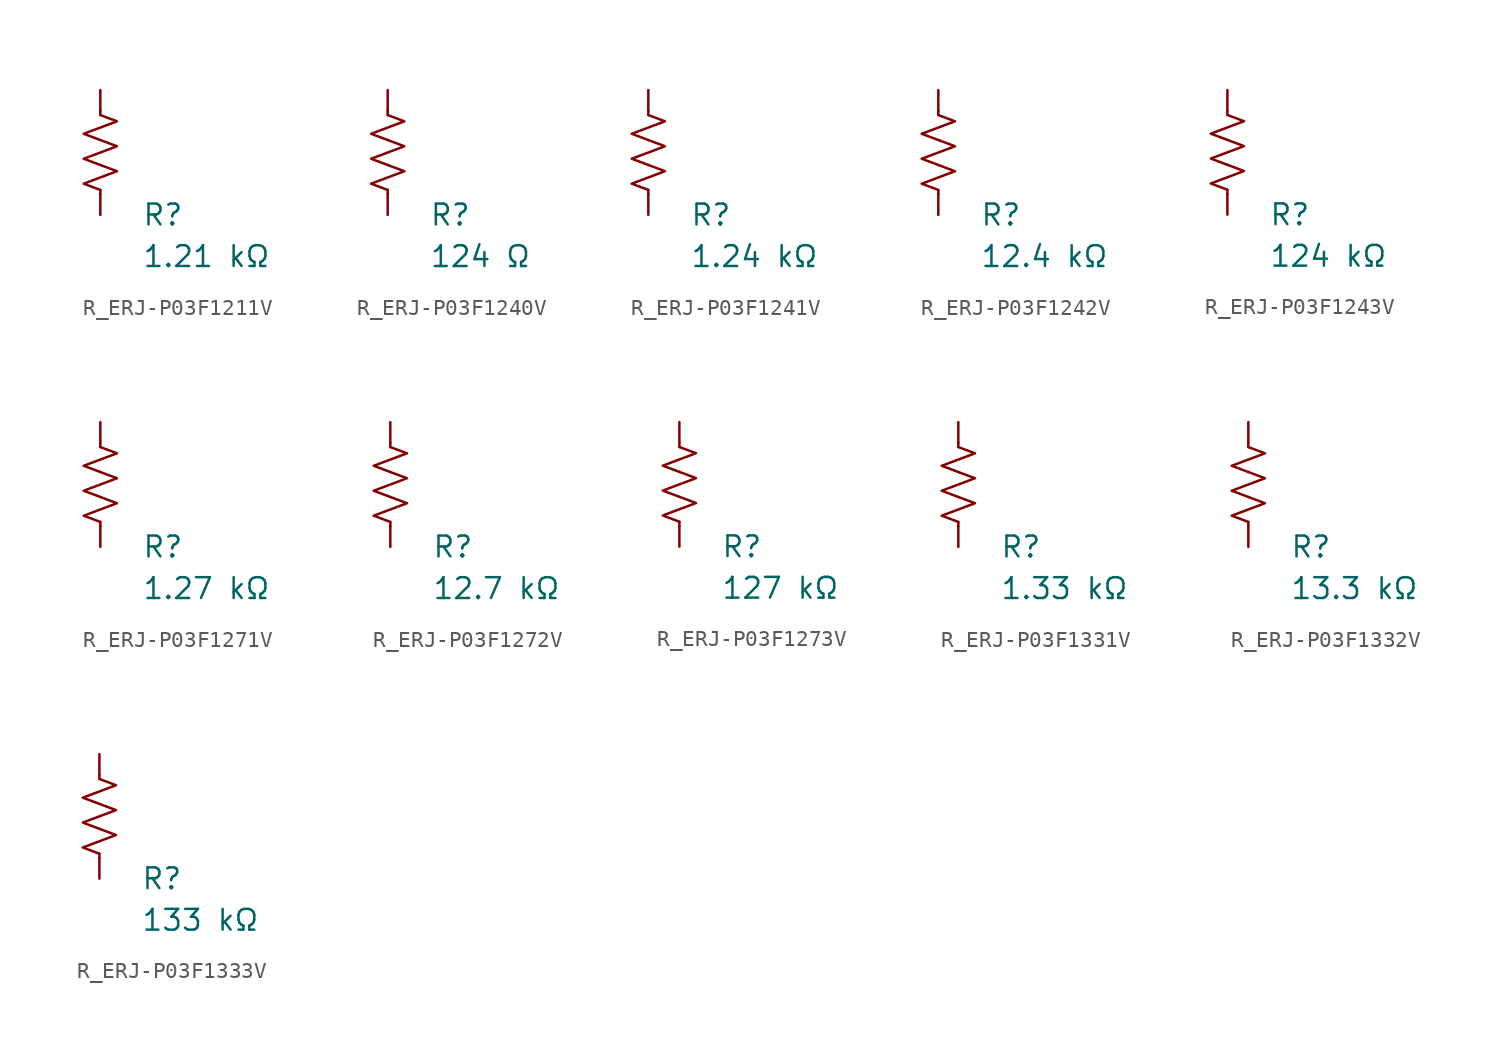
<source format=kicad_sym>
(kicad_symbol_lib
  (version 20231120)
  (generator "kicad_symbol_editor")
  (generator_version "8.0")
  (symbol "R_ERJ-P03F1211V"
    (pin_numbers hide)
    (pin_names
      (offset 0))
    (property "Reference" "R"
      (at 2.54 -3.81 0)
      (effects (font (size 1.27 1.27)) (justify left))
      (show_name no))
    (property "Value" "1.21 kΩ"
      (at 2.54 -6.35 0)
      (effects (font (size 1.27 1.27)) (justify left))
      (show_name no))
    (symbol "R_ERJ-P03F1211V_0_1"
      (polyline (pts (xy 0 -2.286) (xy 0 -2.54)) (stroke (width 0) (type default)) (fill (type none)))
      (polyline (pts (xy 0 2.286) (xy 0 2.54)) (stroke (width 0) (type default)) (fill (type none)))
      (polyline (pts (xy 0 -0.762) (xy 1.016 -1.143) (xy 0 -1.524) (xy -1.016 -1.905) (xy 0 -2.286)) (stroke (width 0) (type default)) (fill (type none)))
      (polyline (pts (xy 0 0.762) (xy 1.016 0.381) (xy 0 0) (xy -1.016 -0.381) (xy 0 -0.762)) (stroke (width 0) (type default)) (fill (type none)))
      (polyline (pts (xy 0 2.286) (xy 1.016 1.905) (xy 0 1.524) (xy -1.016 1.143) (xy 0 0.762)) (stroke (width 0) (type default)) (fill (type none))))
    (symbol "R_ERJ-P03F1211V_1_1"
      (pin passive line (at 0 3.81 270) (length 1.27) (name "~" (effects (font (size 1.27 1.27)))) (number "1" (effects (font (size 1.27 1.27)))))
      (pin passive line (at 0 -3.81 90) (length 1.27) (name "~" (effects (font (size 1.27 1.27)))) (number "2" (effects (font (size 1.27 1.27)))))))
  (symbol "R_ERJ-P03F1240V"
    (pin_numbers hide)
    (pin_names
      (offset 0))
    (property "Reference" "R"
      (at 2.54 -3.81 0)
      (effects (font (size 1.27 1.27)) (justify left))
      (show_name no))
    (property "Value" "124 Ω"
      (at 2.54 -6.35 0)
      (effects (font (size 1.27 1.27)) (justify left))
      (show_name no))
    (symbol "R_ERJ-P03F1240V_0_1"
      (polyline (pts (xy 0 -2.286) (xy 0 -2.54)) (stroke (width 0) (type default)) (fill (type none)))
      (polyline (pts (xy 0 2.286) (xy 0 2.54)) (stroke (width 0) (type default)) (fill (type none)))
      (polyline (pts (xy 0 -0.762) (xy 1.016 -1.143) (xy 0 -1.524) (xy -1.016 -1.905) (xy 0 -2.286)) (stroke (width 0) (type default)) (fill (type none)))
      (polyline (pts (xy 0 0.762) (xy 1.016 0.381) (xy 0 0) (xy -1.016 -0.381) (xy 0 -0.762)) (stroke (width 0) (type default)) (fill (type none)))
      (polyline (pts (xy 0 2.286) (xy 1.016 1.905) (xy 0 1.524) (xy -1.016 1.143) (xy 0 0.762)) (stroke (width 0) (type default)) (fill (type none))))
    (symbol "R_ERJ-P03F1240V_1_1"
      (pin passive line (at 0 3.81 270) (length 1.27) (name "~" (effects (font (size 1.27 1.27)))) (number "1" (effects (font (size 1.27 1.27)))))
      (pin passive line (at 0 -3.81 90) (length 1.27) (name "~" (effects (font (size 1.27 1.27)))) (number "2" (effects (font (size 1.27 1.27)))))))
  (symbol "R_ERJ-P03F1241V"
    (pin_numbers hide)
    (pin_names
      (offset 0))
    (property "Reference" "R"
      (at 2.54 -3.81 0)
      (effects (font (size 1.27 1.27)) (justify left))
      (show_name no))
    (property "Value" "1.24 kΩ"
      (at 2.54 -6.35 0)
      (effects (font (size 1.27 1.27)) (justify left))
      (show_name no))
    (symbol "R_ERJ-P03F1241V_0_1"
      (polyline (pts (xy 0 -2.286) (xy 0 -2.54)) (stroke (width 0) (type default)) (fill (type none)))
      (polyline (pts (xy 0 2.286) (xy 0 2.54)) (stroke (width 0) (type default)) (fill (type none)))
      (polyline (pts (xy 0 -0.762) (xy 1.016 -1.143) (xy 0 -1.524) (xy -1.016 -1.905) (xy 0 -2.286)) (stroke (width 0) (type default)) (fill (type none)))
      (polyline (pts (xy 0 0.762) (xy 1.016 0.381) (xy 0 0) (xy -1.016 -0.381) (xy 0 -0.762)) (stroke (width 0) (type default)) (fill (type none)))
      (polyline (pts (xy 0 2.286) (xy 1.016 1.905) (xy 0 1.524) (xy -1.016 1.143) (xy 0 0.762)) (stroke (width 0) (type default)) (fill (type none))))
    (symbol "R_ERJ-P03F1241V_1_1"
      (pin passive line (at 0 3.81 270) (length 1.27) (name "~" (effects (font (size 1.27 1.27)))) (number "1" (effects (font (size 1.27 1.27)))))
      (pin passive line (at 0 -3.81 90) (length 1.27) (name "~" (effects (font (size 1.27 1.27)))) (number "2" (effects (font (size 1.27 1.27)))))))
  (symbol "R_ERJ-P03F1242V"
    (pin_numbers hide)
    (pin_names
      (offset 0))
    (property "Reference" "R"
      (at 2.54 -3.81 0)
      (effects (font (size 1.27 1.27)) (justify left))
      (show_name no))
    (property "Value" "12.4 kΩ"
      (at 2.54 -6.35 0)
      (effects (font (size 1.27 1.27)) (justify left))
      (show_name no))
    (symbol "R_ERJ-P03F1242V_0_1"
      (polyline (pts (xy 0 -2.286) (xy 0 -2.54)) (stroke (width 0) (type default)) (fill (type none)))
      (polyline (pts (xy 0 2.286) (xy 0 2.54)) (stroke (width 0) (type default)) (fill (type none)))
      (polyline (pts (xy 0 -0.762) (xy 1.016 -1.143) (xy 0 -1.524) (xy -1.016 -1.905) (xy 0 -2.286)) (stroke (width 0) (type default)) (fill (type none)))
      (polyline (pts (xy 0 0.762) (xy 1.016 0.381) (xy 0 0) (xy -1.016 -0.381) (xy 0 -0.762)) (stroke (width 0) (type default)) (fill (type none)))
      (polyline (pts (xy 0 2.286) (xy 1.016 1.905) (xy 0 1.524) (xy -1.016 1.143) (xy 0 0.762)) (stroke (width 0) (type default)) (fill (type none))))
    (symbol "R_ERJ-P03F1242V_1_1"
      (pin passive line (at 0 3.81 270) (length 1.27) (name "~" (effects (font (size 1.27 1.27)))) (number "1" (effects (font (size 1.27 1.27)))))
      (pin passive line (at 0 -3.81 90) (length 1.27) (name "~" (effects (font (size 1.27 1.27)))) (number "2" (effects (font (size 1.27 1.27)))))))
  (symbol "R_ERJ-P03F1243V"
    (pin_numbers hide)
    (pin_names
      (offset 0))
    (property "Reference" "R"
      (at 2.54 -3.81 0)
      (effects (font (size 1.27 1.27)) (justify left))
      (show_name no))
    (property "Value" "124 kΩ"
      (at 2.54 -6.35 0)
      (effects (font (size 1.27 1.27)) (justify left))
      (show_name no))
    (symbol "R_ERJ-P03F1243V_0_1"
      (polyline (pts (xy 0 -2.286) (xy 0 -2.54)) (stroke (width 0) (type default)) (fill (type none)))
      (polyline (pts (xy 0 2.286) (xy 0 2.54)) (stroke (width 0) (type default)) (fill (type none)))
      (polyline (pts (xy 0 -0.762) (xy 1.016 -1.143) (xy 0 -1.524) (xy -1.016 -1.905) (xy 0 -2.286)) (stroke (width 0) (type default)) (fill (type none)))
      (polyline (pts (xy 0 0.762) (xy 1.016 0.381) (xy 0 0) (xy -1.016 -0.381) (xy 0 -0.762)) (stroke (width 0) (type default)) (fill (type none)))
      (polyline (pts (xy 0 2.286) (xy 1.016 1.905) (xy 0 1.524) (xy -1.016 1.143) (xy 0 0.762)) (stroke (width 0) (type default)) (fill (type none))))
    (symbol "R_ERJ-P03F1243V_1_1"
      (pin passive line (at 0 3.81 270) (length 1.27) (name "~" (effects (font (size 1.27 1.27)))) (number "1" (effects (font (size 1.27 1.27)))))
      (pin passive line (at 0 -3.81 90) (length 1.27) (name "~" (effects (font (size 1.27 1.27)))) (number "2" (effects (font (size 1.27 1.27)))))))
  (symbol "R_ERJ-P03F1271V"
    (pin_numbers hide)
    (pin_names
      (offset 0))
    (property "Reference" "R"
      (at 2.54 -3.81 0)
      (effects (font (size 1.27 1.27)) (justify left))
      (show_name no))
    (property "Value" "1.27 kΩ"
      (at 2.54 -6.35 0)
      (effects (font (size 1.27 1.27)) (justify left))
      (show_name no))
    (symbol "R_ERJ-P03F1271V_0_1"
      (polyline (pts (xy 0 -2.286) (xy 0 -2.54)) (stroke (width 0) (type default)) (fill (type none)))
      (polyline (pts (xy 0 2.286) (xy 0 2.54)) (stroke (width 0) (type default)) (fill (type none)))
      (polyline (pts (xy 0 -0.762) (xy 1.016 -1.143) (xy 0 -1.524) (xy -1.016 -1.905) (xy 0 -2.286)) (stroke (width 0) (type default)) (fill (type none)))
      (polyline (pts (xy 0 0.762) (xy 1.016 0.381) (xy 0 0) (xy -1.016 -0.381) (xy 0 -0.762)) (stroke (width 0) (type default)) (fill (type none)))
      (polyline (pts (xy 0 2.286) (xy 1.016 1.905) (xy 0 1.524) (xy -1.016 1.143) (xy 0 0.762)) (stroke (width 0) (type default)) (fill (type none))))
    (symbol "R_ERJ-P03F1271V_1_1"
      (pin passive line (at 0 3.81 270) (length 1.27) (name "~" (effects (font (size 1.27 1.27)))) (number "1" (effects (font (size 1.27 1.27)))))
      (pin passive line (at 0 -3.81 90) (length 1.27) (name "~" (effects (font (size 1.27 1.27)))) (number "2" (effects (font (size 1.27 1.27)))))))
  (symbol "R_ERJ-P03F1272V"
    (pin_numbers hide)
    (pin_names
      (offset 0))
    (property "Reference" "R"
      (at 2.54 -3.81 0)
      (effects (font (size 1.27 1.27)) (justify left))
      (show_name no))
    (property "Value" "12.7 kΩ"
      (at 2.54 -6.35 0)
      (effects (font (size 1.27 1.27)) (justify left))
      (show_name no))
    (symbol "R_ERJ-P03F1272V_0_1"
      (polyline (pts (xy 0 -2.286) (xy 0 -2.54)) (stroke (width 0) (type default)) (fill (type none)))
      (polyline (pts (xy 0 2.286) (xy 0 2.54)) (stroke (width 0) (type default)) (fill (type none)))
      (polyline (pts (xy 0 -0.762) (xy 1.016 -1.143) (xy 0 -1.524) (xy -1.016 -1.905) (xy 0 -2.286)) (stroke (width 0) (type default)) (fill (type none)))
      (polyline (pts (xy 0 0.762) (xy 1.016 0.381) (xy 0 0) (xy -1.016 -0.381) (xy 0 -0.762)) (stroke (width 0) (type default)) (fill (type none)))
      (polyline (pts (xy 0 2.286) (xy 1.016 1.905) (xy 0 1.524) (xy -1.016 1.143) (xy 0 0.762)) (stroke (width 0) (type default)) (fill (type none))))
    (symbol "R_ERJ-P03F1272V_1_1"
      (pin passive line (at 0 3.81 270) (length 1.27) (name "~" (effects (font (size 1.27 1.27)))) (number "1" (effects (font (size 1.27 1.27)))))
      (pin passive line (at 0 -3.81 90) (length 1.27) (name "~" (effects (font (size 1.27 1.27)))) (number "2" (effects (font (size 1.27 1.27)))))))
  (symbol "R_ERJ-P03F1273V"
    (pin_numbers hide)
    (pin_names
      (offset 0))
    (property "Reference" "R"
      (at 2.54 -3.81 0)
      (effects (font (size 1.27 1.27)) (justify left))
      (show_name no))
    (property "Value" "127 kΩ"
      (at 2.54 -6.35 0)
      (effects (font (size 1.27 1.27)) (justify left))
      (show_name no))
    (symbol "R_ERJ-P03F1273V_0_1"
      (polyline (pts (xy 0 -2.286) (xy 0 -2.54)) (stroke (width 0) (type default)) (fill (type none)))
      (polyline (pts (xy 0 2.286) (xy 0 2.54)) (stroke (width 0) (type default)) (fill (type none)))
      (polyline (pts (xy 0 -0.762) (xy 1.016 -1.143) (xy 0 -1.524) (xy -1.016 -1.905) (xy 0 -2.286)) (stroke (width 0) (type default)) (fill (type none)))
      (polyline (pts (xy 0 0.762) (xy 1.016 0.381) (xy 0 0) (xy -1.016 -0.381) (xy 0 -0.762)) (stroke (width 0) (type default)) (fill (type none)))
      (polyline (pts (xy 0 2.286) (xy 1.016 1.905) (xy 0 1.524) (xy -1.016 1.143) (xy 0 0.762)) (stroke (width 0) (type default)) (fill (type none))))
    (symbol "R_ERJ-P03F1273V_1_1"
      (pin passive line (at 0 3.81 270) (length 1.27) (name "~" (effects (font (size 1.27 1.27)))) (number "1" (effects (font (size 1.27 1.27)))))
      (pin passive line (at 0 -3.81 90) (length 1.27) (name "~" (effects (font (size 1.27 1.27)))) (number "2" (effects (font (size 1.27 1.27)))))))
  (symbol "R_ERJ-P03F1331V"
    (pin_numbers hide)
    (pin_names
      (offset 0))
    (property "Reference" "R"
      (at 2.54 -3.81 0)
      (effects (font (size 1.27 1.27)) (justify left))
      (show_name no))
    (property "Value" "1.33 kΩ"
      (at 2.54 -6.35 0)
      (effects (font (size 1.27 1.27)) (justify left))
      (show_name no))
    (symbol "R_ERJ-P03F1331V_0_1"
      (polyline (pts (xy 0 -2.286) (xy 0 -2.54)) (stroke (width 0) (type default)) (fill (type none)))
      (polyline (pts (xy 0 2.286) (xy 0 2.54)) (stroke (width 0) (type default)) (fill (type none)))
      (polyline (pts (xy 0 -0.762) (xy 1.016 -1.143) (xy 0 -1.524) (xy -1.016 -1.905) (xy 0 -2.286)) (stroke (width 0) (type default)) (fill (type none)))
      (polyline (pts (xy 0 0.762) (xy 1.016 0.381) (xy 0 0) (xy -1.016 -0.381) (xy 0 -0.762)) (stroke (width 0) (type default)) (fill (type none)))
      (polyline (pts (xy 0 2.286) (xy 1.016 1.905) (xy 0 1.524) (xy -1.016 1.143) (xy 0 0.762)) (stroke (width 0) (type default)) (fill (type none))))
    (symbol "R_ERJ-P03F1331V_1_1"
      (pin passive line (at 0 3.81 270) (length 1.27) (name "~" (effects (font (size 1.27 1.27)))) (number "1" (effects (font (size 1.27 1.27)))))
      (pin passive line (at 0 -3.81 90) (length 1.27) (name "~" (effects (font (size 1.27 1.27)))) (number "2" (effects (font (size 1.27 1.27)))))))
  (symbol "R_ERJ-P03F1332V"
    (pin_numbers hide)
    (pin_names
      (offset 0))
    (property "Reference" "R"
      (at 2.54 -3.81 0)
      (effects (font (size 1.27 1.27)) (justify left))
      (show_name no))
    (property "Value" "13.3 kΩ"
      (at 2.54 -6.35 0)
      (effects (font (size 1.27 1.27)) (justify left))
      (show_name no))
    (symbol "R_ERJ-P03F1332V_0_1"
      (polyline (pts (xy 0 -2.286) (xy 0 -2.54)) (stroke (width 0) (type default)) (fill (type none)))
      (polyline (pts (xy 0 2.286) (xy 0 2.54)) (stroke (width 0) (type default)) (fill (type none)))
      (polyline (pts (xy 0 -0.762) (xy 1.016 -1.143) (xy 0 -1.524) (xy -1.016 -1.905) (xy 0 -2.286)) (stroke (width 0) (type default)) (fill (type none)))
      (polyline (pts (xy 0 0.762) (xy 1.016 0.381) (xy 0 0) (xy -1.016 -0.381) (xy 0 -0.762)) (stroke (width 0) (type default)) (fill (type none)))
      (polyline (pts (xy 0 2.286) (xy 1.016 1.905) (xy 0 1.524) (xy -1.016 1.143) (xy 0 0.762)) (stroke (width 0) (type default)) (fill (type none))))
    (symbol "R_ERJ-P03F1332V_1_1"
      (pin passive line (at 0 3.81 270) (length 1.27) (name "~" (effects (font (size 1.27 1.27)))) (number "1" (effects (font (size 1.27 1.27)))))
      (pin passive line (at 0 -3.81 90) (length 1.27) (name "~" (effects (font (size 1.27 1.27)))) (number "2" (effects (font (size 1.27 1.27)))))))
  (symbol "R_ERJ-P03F1333V"
    (pin_numbers hide)
    (pin_names
      (offset 0))
    (property "Reference" "R"
      (at 2.54 -3.81 0)
      (effects (font (size 1.27 1.27)) (justify left))
      (show_name no))
    (property "Value" "133 kΩ"
      (at 2.54 -6.35 0)
      (effects (font (size 1.27 1.27)) (justify left))
      (show_name no))
    (symbol "R_ERJ-P03F1333V_0_1"
      (polyline (pts (xy 0 -2.286) (xy 0 -2.54)) (stroke (width 0) (type default)) (fill (type none)))
      (polyline (pts (xy 0 2.286) (xy 0 2.54)) (stroke (width 0) (type default)) (fill (type none)))
      (polyline (pts (xy 0 -0.762) (xy 1.016 -1.143) (xy 0 -1.524) (xy -1.016 -1.905) (xy 0 -2.286)) (stroke (width 0) (type default)) (fill (type none)))
      (polyline (pts (xy 0 0.762) (xy 1.016 0.381) (xy 0 0) (xy -1.016 -0.381) (xy 0 -0.762)) (stroke (width 0) (type default)) (fill (type none)))
      (polyline (pts (xy 0 2.286) (xy 1.016 1.905) (xy 0 1.524) (xy -1.016 1.143) (xy 0 0.762)) (stroke (width 0) (type default)) (fill (type none))))
    (symbol "R_ERJ-P03F1333V_1_1"
      (pin passive line (at 0 3.81 270) (length 1.27) (name "~" (effects (font (size 1.27 1.27)))) (number "1" (effects (font (size 1.27 1.27)))))
      (pin passive line (at 0 -3.81 90) (length 1.27) (name "~" (effects (font (size 1.27 1.27)))) (number "2" (effects (font (size 1.27 1.27))))))))
</source>
